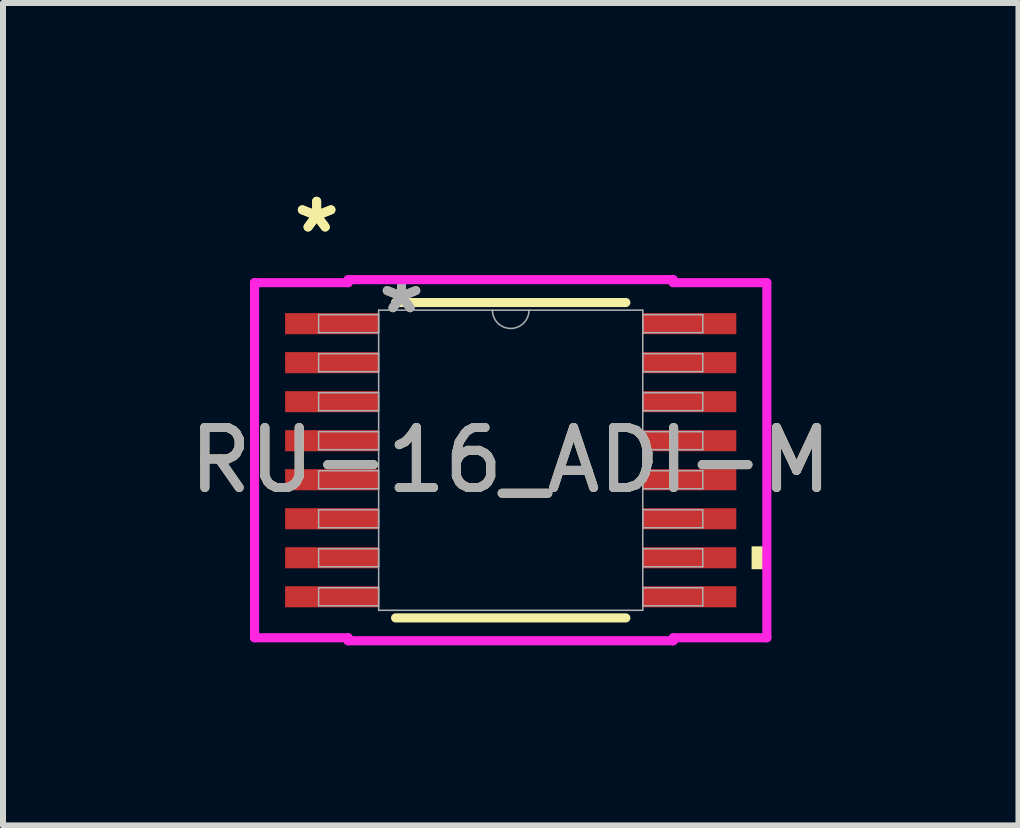
<source format=kicad_pcb>
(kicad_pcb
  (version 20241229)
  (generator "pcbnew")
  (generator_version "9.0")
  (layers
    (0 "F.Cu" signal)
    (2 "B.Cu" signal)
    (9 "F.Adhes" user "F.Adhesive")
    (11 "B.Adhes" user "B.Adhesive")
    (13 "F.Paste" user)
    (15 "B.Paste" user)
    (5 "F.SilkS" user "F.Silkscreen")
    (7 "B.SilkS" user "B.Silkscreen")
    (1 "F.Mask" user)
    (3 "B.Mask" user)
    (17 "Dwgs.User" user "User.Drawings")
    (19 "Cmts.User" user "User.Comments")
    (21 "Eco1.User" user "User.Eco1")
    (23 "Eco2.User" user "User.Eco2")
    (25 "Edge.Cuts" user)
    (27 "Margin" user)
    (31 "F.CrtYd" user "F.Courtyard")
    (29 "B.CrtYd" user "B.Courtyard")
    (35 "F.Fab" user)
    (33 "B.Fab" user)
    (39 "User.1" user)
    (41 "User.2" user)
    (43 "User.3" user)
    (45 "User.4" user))
  (footprint "RU-16_ADI-M"
    (layer "F.Cu")
    (at 5.458 4.617)
    (property "Reference" "RU-16_ADI-M" (at 0 0 0) (unlocked yes) (layer "F.SilkS") (effects (font (size 1 1) (thickness 0.15))))
    (attr smd)
    (fp_line (start -1.918 2.627) (end 1.918 2.627) (stroke (width 0.152) (type solid)) (layer "F.SilkS"))
    (fp_line (start 1.918 -2.627) (end -1.918 -2.627) (stroke (width 0.152) (type solid)) (layer "F.SilkS"))
    (fp_poly (pts (xy 4.267 1.435) (xy 4.267 1.816) (xy 4.013 1.816) (xy 4.013 1.435)) (stroke (width 0) (type solid)) (fill yes) (layer "F.SilkS"))
    (fp_line (start -4.267 -2.958) (end -2.708 -2.958) (stroke (width 0.152) (type solid)) (layer "F.CrtYd"))
    (fp_line (start -4.267 2.958) (end -4.267 -2.958) (stroke (width 0.152) (type solid)) (layer "F.CrtYd"))
    (fp_line (start -4.267 2.958) (end -2.708 2.958) (stroke (width 0.152) (type solid)) (layer "F.CrtYd"))
    (fp_line (start -2.708 -3.008) (end 2.708 -3.008) (stroke (width 0.152) (type solid)) (layer "F.CrtYd"))
    (fp_line (start -2.708 -2.958) (end -2.708 -3.008) (stroke (width 0.152) (type solid)) (layer "F.CrtYd"))
    (fp_line (start -2.708 3.008) (end -2.708 2.958) (stroke (width 0.152) (type solid)) (layer "F.CrtYd"))
    (fp_line (start 2.708 -3.008) (end 2.708 -2.958) (stroke (width 0.152) (type solid)) (layer "F.CrtYd"))
    (fp_line (start 2.708 2.958) (end 2.708 3.008) (stroke (width 0.152) (type solid)) (layer "F.CrtYd"))
    (fp_line (start 2.708 3.008) (end -2.708 3.008) (stroke (width 0.152) (type solid)) (layer "F.CrtYd"))
    (fp_line (start 4.267 -2.958) (end 2.708 -2.958) (stroke (width 0.152) (type solid)) (layer "F.CrtYd"))
    (fp_line (start 4.267 -2.958) (end 4.267 2.958) (stroke (width 0.152) (type solid)) (layer "F.CrtYd"))
    (fp_line (start 4.267 2.958) (end 2.708 2.958) (stroke (width 0.152) (type solid)) (layer "F.CrtYd"))
    (fp_line (start -3.2 -2.425) (end -3.2 -2.125) (stroke (width 0.025) (type solid)) (layer "F.Fab"))
    (fp_line (start -3.2 -2.125) (end -2.2 -2.125) (stroke (width 0.025) (type solid)) (layer "F.Fab"))
    (fp_line (start -3.2 -1.775) (end -3.2 -1.475) (stroke (width 0.025) (type solid)) (layer "F.Fab"))
    (fp_line (start -3.2 -1.475) (end -2.2 -1.475) (stroke (width 0.025) (type solid)) (layer "F.Fab"))
    (fp_line (start -3.2 -1.125) (end -3.2 -0.825) (stroke (width 0.025) (type solid)) (layer "F.Fab"))
    (fp_line (start -3.2 -0.825) (end -2.2 -0.825) (stroke (width 0.025) (type solid)) (layer "F.Fab"))
    (fp_line (start -3.2 -0.475) (end -3.2 -0.175) (stroke (width 0.025) (type solid)) (layer "F.Fab"))
    (fp_line (start -3.2 -0.175) (end -2.2 -0.175) (stroke (width 0.025) (type solid)) (layer "F.Fab"))
    (fp_line (start -3.2 0.175) (end -3.2 0.475) (stroke (width 0.025) (type solid)) (layer "F.Fab"))
    (fp_line (start -3.2 0.475) (end -2.2 0.475) (stroke (width 0.025) (type solid)) (layer "F.Fab"))
    (fp_line (start -3.2 0.825) (end -3.2 1.125) (stroke (width 0.025) (type solid)) (layer "F.Fab"))
    (fp_line (start -3.2 1.125) (end -2.2 1.125) (stroke (width 0.025) (type solid)) (layer "F.Fab"))
    (fp_line (start -3.2 1.475) (end -3.2 1.775) (stroke (width 0.025) (type solid)) (layer "F.Fab"))
    (fp_line (start -3.2 1.775) (end -2.2 1.775) (stroke (width 0.025) (type solid)) (layer "F.Fab"))
    (fp_line (start -3.2 2.125) (end -3.2 2.425) (stroke (width 0.025) (type solid)) (layer "F.Fab"))
    (fp_line (start -3.2 2.425) (end -2.2 2.425) (stroke (width 0.025) (type solid)) (layer "F.Fab"))
    (fp_line (start -2.2 -2.5) (end -2.2 2.5) (stroke (width 0.025) (type solid)) (layer "F.Fab"))
    (fp_line (start -2.2 -2.425) (end -3.2 -2.425) (stroke (width 0.025) (type solid)) (layer "F.Fab"))
    (fp_line (start -2.2 -2.125) (end -2.2 -2.425) (stroke (width 0.025) (type solid)) (layer "F.Fab"))
    (fp_line (start -2.2 -1.775) (end -3.2 -1.775) (stroke (width 0.025) (type solid)) (layer "F.Fab"))
    (fp_line (start -2.2 -1.475) (end -2.2 -1.775) (stroke (width 0.025) (type solid)) (layer "F.Fab"))
    (fp_line (start -2.2 -1.125) (end -3.2 -1.125) (stroke (width 0.025) (type solid)) (layer "F.Fab"))
    (fp_line (start -2.2 -0.825) (end -2.2 -1.125) (stroke (width 0.025) (type solid)) (layer "F.Fab"))
    (fp_line (start -2.2 -0.475) (end -3.2 -0.475) (stroke (width 0.025) (type solid)) (layer "F.Fab"))
    (fp_line (start -2.2 -0.175) (end -2.2 -0.475) (stroke (width 0.025) (type solid)) (layer "F.Fab"))
    (fp_line (start -2.2 0.175) (end -3.2 0.175) (stroke (width 0.025) (type solid)) (layer "F.Fab"))
    (fp_line (start -2.2 0.475) (end -2.2 0.175) (stroke (width 0.025) (type solid)) (layer "F.Fab"))
    (fp_line (start -2.2 0.825) (end -3.2 0.825) (stroke (width 0.025) (type solid)) (layer "F.Fab"))
    (fp_line (start -2.2 1.125) (end -2.2 0.825) (stroke (width 0.025) (type solid)) (layer "F.Fab"))
    (fp_line (start -2.2 1.475) (end -3.2 1.475) (stroke (width 0.025) (type solid)) (layer "F.Fab"))
    (fp_line (start -2.2 1.775) (end -2.2 1.475) (stroke (width 0.025) (type solid)) (layer "F.Fab"))
    (fp_line (start -2.2 2.125) (end -3.2 2.125) (stroke (width 0.025) (type solid)) (layer "F.Fab"))
    (fp_line (start -2.2 2.425) (end -2.2 2.125) (stroke (width 0.025) (type solid)) (layer "F.Fab"))
    (fp_line (start -2.2 2.5) (end 2.2 2.5) (stroke (width 0.025) (type solid)) (layer "F.Fab"))
    (fp_line (start 2.2 -2.5) (end -2.2 -2.5) (stroke (width 0.025) (type solid)) (layer "F.Fab"))
    (fp_line (start 2.2 -2.425) (end 2.2 -2.125) (stroke (width 0.025) (type solid)) (layer "F.Fab"))
    (fp_line (start 2.2 -2.125) (end 3.2 -2.125) (stroke (width 0.025) (type solid)) (layer "F.Fab"))
    (fp_line (start 2.2 -1.775) (end 2.2 -1.475) (stroke (width 0.025) (type solid)) (layer "F.Fab"))
    (fp_line (start 2.2 -1.475) (end 3.2 -1.475) (stroke (width 0.025) (type solid)) (layer "F.Fab"))
    (fp_line (start 2.2 -1.125) (end 2.2 -0.825) (stroke (width 0.025) (type solid)) (layer "F.Fab"))
    (fp_line (start 2.2 -0.825) (end 3.2 -0.825) (stroke (width 0.025) (type solid)) (layer "F.Fab"))
    (fp_line (start 2.2 -0.475) (end 2.2 -0.175) (stroke (width 0.025) (type solid)) (layer "F.Fab"))
    (fp_line (start 2.2 -0.175) (end 3.2 -0.175) (stroke (width 0.025) (type solid)) (layer "F.Fab"))
    (fp_line (start 2.2 0.175) (end 2.2 0.475) (stroke (width 0.025) (type solid)) (layer "F.Fab"))
    (fp_line (start 2.2 0.475) (end 3.2 0.475) (stroke (width 0.025) (type solid)) (layer "F.Fab"))
    (fp_line (start 2.2 0.825) (end 2.2 1.125) (stroke (width 0.025) (type solid)) (layer "F.Fab"))
    (fp_line (start 2.2 1.125) (end 3.2 1.125) (stroke (width 0.025) (type solid)) (layer "F.Fab"))
    (fp_line (start 2.2 1.475) (end 2.2 1.775) (stroke (width 0.025) (type solid)) (layer "F.Fab"))
    (fp_line (start 2.2 1.775) (end 3.2 1.775) (stroke (width 0.025) (type solid)) (layer "F.Fab"))
    (fp_line (start 2.2 2.125) (end 2.2 2.425) (stroke (width 0.025) (type solid)) (layer "F.Fab"))
    (fp_line (start 2.2 2.425) (end 3.2 2.425) (stroke (width 0.025) (type solid)) (layer "F.Fab"))
    (fp_line (start 2.2 2.5) (end 2.2 -2.5) (stroke (width 0.025) (type solid)) (layer "F.Fab"))
    (fp_line (start 3.2 -2.425) (end 2.2 -2.425) (stroke (width 0.025) (type solid)) (layer "F.Fab"))
    (fp_line (start 3.2 -2.125) (end 3.2 -2.425) (stroke (width 0.025) (type solid)) (layer "F.Fab"))
    (fp_line (start 3.2 -1.775) (end 2.2 -1.775) (stroke (width 0.025) (type solid)) (layer "F.Fab"))
    (fp_line (start 3.2 -1.475) (end 3.2 -1.775) (stroke (width 0.025) (type solid)) (layer "F.Fab"))
    (fp_line (start 3.2 -1.125) (end 2.2 -1.125) (stroke (width 0.025) (type solid)) (layer "F.Fab"))
    (fp_line (start 3.2 -0.825) (end 3.2 -1.125) (stroke (width 0.025) (type solid)) (layer "F.Fab"))
    (fp_line (start 3.2 -0.475) (end 2.2 -0.475) (stroke (width 0.025) (type solid)) (layer "F.Fab"))
    (fp_line (start 3.2 -0.175) (end 3.2 -0.475) (stroke (width 0.025) (type solid)) (layer "F.Fab"))
    (fp_line (start 3.2 0.175) (end 2.2 0.175) (stroke (width 0.025) (type solid)) (layer "F.Fab"))
    (fp_line (start 3.2 0.475) (end 3.2 0.175) (stroke (width 0.025) (type solid)) (layer "F.Fab"))
    (fp_line (start 3.2 0.825) (end 2.2 0.825) (stroke (width 0.025) (type solid)) (layer "F.Fab"))
    (fp_line (start 3.2 1.125) (end 3.2 0.825) (stroke (width 0.025) (type solid)) (layer "F.Fab"))
    (fp_line (start 3.2 1.475) (end 2.2 1.475) (stroke (width 0.025) (type solid)) (layer "F.Fab"))
    (fp_line (start 3.2 1.775) (end 3.2 1.475) (stroke (width 0.025) (type solid)) (layer "F.Fab"))
    (fp_line (start 3.2 2.125) (end 2.2 2.125) (stroke (width 0.025) (type solid)) (layer "F.Fab"))
    (fp_line (start 3.2 2.425) (end 3.2 2.125) (stroke (width 0.025) (type solid)) (layer "F.Fab"))
    (fp_arc (start 0.3048 -2.5) (mid 0 -2.1952) (end -0.3048 -2.5) (stroke (width 0.0254) (type solid)) (layer "F.Fab"))
    (fp_text user "*" (at -3.233 -3.769 0) (unlocked yes) (layer "F.SilkS") (effects (font (size 1 1) (thickness 0.15))))
    (fp_text user "*" (at -3.233 -3.769 0) (layer "F.SilkS") (effects (font (size 1 1) (thickness 0.15))))
    (fp_text user "*" (at -1.819 -2.424 0) (layer "F.Fab") (effects (font (size 1 1) (thickness 0.15))))
    (fp_text user "*" (at -1.819 -2.424 0) (unlocked yes) (layer "F.Fab") (effects (font (size 1 1) (thickness 0.15))))
    (fp_text user "${REFERENCE}" (at 0 0 0) (unlocked yes) (layer "F.Fab") (effects (font (size 1 1) (thickness 0.15))))
    (pad "1" smd rect (at -2.979 -2.275) (size 1.559 0.351) (layers "F.Cu" "F.Mask" "F.Paste"))
    (pad "2" smd rect (at -2.979 -1.625) (size 1.559 0.351) (layers "F.Cu" "F.Mask" "F.Paste"))
    (pad "3" smd rect (at -2.979 -0.975) (size 1.559 0.351) (layers "F.Cu" "F.Mask" "F.Paste"))
    (pad "4" smd rect (at -2.979 -0.325) (size 1.559 0.351) (layers "F.Cu" "F.Mask" "F.Paste"))
    (pad "5" smd rect (at -2.979 0.325) (size 1.559 0.351) (layers "F.Cu" "F.Mask" "F.Paste"))
    (pad "6" smd rect (at -2.979 0.975) (size 1.559 0.351) (layers "F.Cu" "F.Mask" "F.Paste"))
    (pad "7" smd rect (at -2.979 1.625) (size 1.559 0.351) (layers "F.Cu" "F.Mask" "F.Paste"))
    (pad "8" smd rect (at -2.979 2.275) (size 1.559 0.351) (layers "F.Cu" "F.Mask" "F.Paste"))
    (pad "9" smd rect (at 2.979 2.275) (size 1.559 0.351) (layers "F.Cu" "F.Mask" "F.Paste"))
    (pad "10" smd rect (at 2.979 1.625) (size 1.559 0.351) (layers "F.Cu" "F.Mask" "F.Paste"))
    (pad "11" smd rect (at 2.979 0.975) (size 1.559 0.351) (layers "F.Cu" "F.Mask" "F.Paste"))
    (pad "12" smd rect (at 2.979 0.325) (size 1.559 0.351) (layers "F.Cu" "F.Mask" "F.Paste"))
    (pad "13" smd rect (at 2.979 -0.325) (size 1.559 0.351) (layers "F.Cu" "F.Mask" "F.Paste"))
    (pad "14" smd rect (at 2.979 -0.975) (size 1.559 0.351) (layers "F.Cu" "F.Mask" "F.Paste"))
    (pad "15" smd rect (at 2.979 -1.625) (size 1.559 0.351) (layers "F.Cu" "F.Mask" "F.Paste"))
    (pad "16" smd rect (at 2.979 -2.275) (size 1.559 0.351) (layers "F.Cu" "F.Mask" "F.Paste")))
  (gr_rect
    (start -3 -3)
    (end 13.917 10.701)
    (stroke (width 0.1) (type default))
    (fill no)
    (layer "Edge.Cuts")))
</source>
